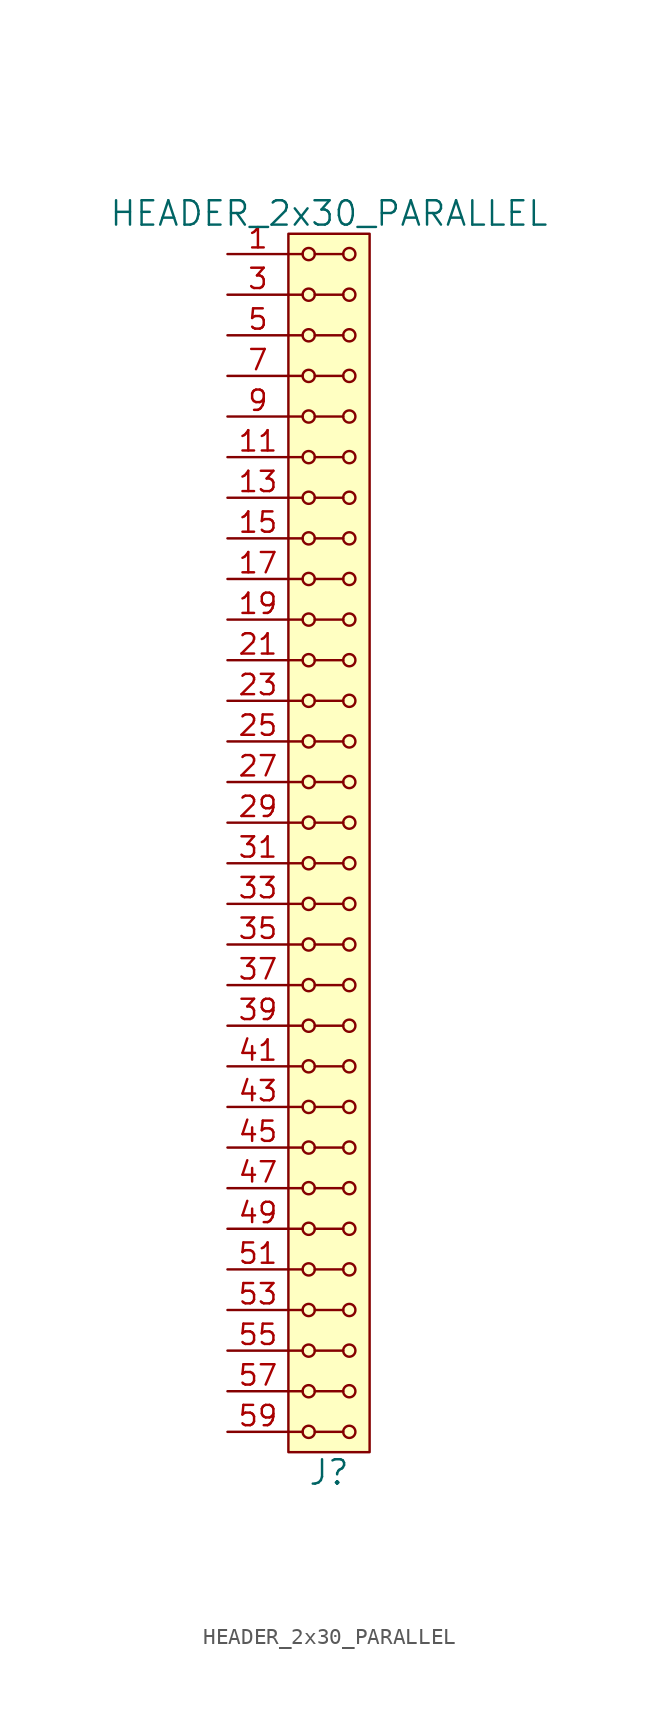
<source format=kicad_sym>
(kicad_symbol_lib
  (version 20211014)
  (generator kicad_symbol_editor)
  (symbol "HEADER_2x30_PARALLEL"
    (pin_names
      (offset 1.016))
    (property "Reference" "J"
      (at 0 -39.37 0)
      (effects (font (size 1.524 1.524))))
    (property "Value" "HEADER_2x30_PARALLEL"
      (at 0 39.37 0)
      (effects (font (size 1.524 1.524))))
    (property "Footprint" ""
      (at 0 36.83 0)
      (effects (font (size 1.524 1.524))))
    (property "Datasheet" ""
      (at 0 36.83 0)
      (effects (font (size 1.524 1.524))))
    (symbol "HEADER_2x30_PARALLEL_0_1"
      (rectangle (start -2.54 38.1) (end 2.54 -38.1) (stroke (width 0) (type default) (color 0 0 0 0)) (fill (type background)))
      (circle (center -1.27 -36.83) (radius 0.381) (stroke (width 0) (type default) (color 0 0 0 0)) (fill (type none)))
      (circle (center -1.27 -34.29) (radius 0.381) (stroke (width 0) (type default) (color 0 0 0 0)) (fill (type none)))
      (circle (center -1.27 -31.75) (radius 0.381) (stroke (width 0) (type default) (color 0 0 0 0)) (fill (type none)))
      (circle (center -1.27 -29.21) (radius 0.381) (stroke (width 0) (type default) (color 0 0 0 0)) (fill (type none)))
      (circle (center -1.27 -26.67) (radius 0.381) (stroke (width 0) (type default) (color 0 0 0 0)) (fill (type none)))
      (circle (center -1.27 -24.13) (radius 0.381) (stroke (width 0) (type default) (color 0 0 0 0)) (fill (type none)))
      (circle (center -1.27 -21.59) (radius 0.381) (stroke (width 0) (type default) (color 0 0 0 0)) (fill (type none)))
      (circle (center -1.27 -19.05) (radius 0.381) (stroke (width 0) (type default) (color 0 0 0 0)) (fill (type none)))
      (circle (center -1.27 -16.51) (radius 0.381) (stroke (width 0) (type default) (color 0 0 0 0)) (fill (type none)))
      (circle (center -1.27 -13.97) (radius 0.381) (stroke (width 0) (type default) (color 0 0 0 0)) (fill (type none)))
      (circle (center -1.27 -11.43) (radius 0.381) (stroke (width 0) (type default) (color 0 0 0 0)) (fill (type none)))
      (circle (center -1.27 -8.89) (radius 0.381) (stroke (width 0) (type default) (color 0 0 0 0)) (fill (type none)))
      (circle (center -1.27 -6.35) (radius 0.381) (stroke (width 0) (type default) (color 0 0 0 0)) (fill (type none)))
      (circle (center -1.27 -3.81) (radius 0.381) (stroke (width 0) (type default) (color 0 0 0 0)) (fill (type none)))
      (circle (center -1.27 -1.27) (radius 0.381) (stroke (width 0) (type default) (color 0 0 0 0)) (fill (type none)))
      (circle (center -1.27 1.27) (radius 0.381) (stroke (width 0) (type default) (color 0 0 0 0)) (fill (type none)))
      (circle (center -1.27 3.81) (radius 0.381) (stroke (width 0) (type default) (color 0 0 0 0)) (fill (type none)))
      (circle (center -1.27 6.35) (radius 0.381) (stroke (width 0) (type default) (color 0 0 0 0)) (fill (type none)))
      (circle (center -1.27 8.89) (radius 0.381) (stroke (width 0) (type default) (color 0 0 0 0)) (fill (type none)))
      (circle (center -1.27 11.43) (radius 0.381) (stroke (width 0) (type default) (color 0 0 0 0)) (fill (type none)))
      (circle (center -1.27 13.97) (radius 0.381) (stroke (width 0) (type default) (color 0 0 0 0)) (fill (type none)))
      (circle (center -1.27 16.51) (radius 0.381) (stroke (width 0) (type default) (color 0 0 0 0)) (fill (type none)))
      (circle (center -1.27 19.05) (radius 0.381) (stroke (width 0) (type default) (color 0 0 0 0)) (fill (type none)))
      (circle (center -1.27 21.59) (radius 0.381) (stroke (width 0) (type default) (color 0 0 0 0)) (fill (type none)))
      (circle (center -1.27 24.13) (radius 0.381) (stroke (width 0) (type default) (color 0 0 0 0)) (fill (type none)))
      (circle (center -1.27 26.67) (radius 0.381) (stroke (width 0) (type default) (color 0 0 0 0)) (fill (type none)))
      (circle (center -1.27 29.21) (radius 0.381) (stroke (width 0) (type default) (color 0 0 0 0)) (fill (type none)))
      (circle (center -1.27 31.75) (radius 0.381) (stroke (width 0) (type default) (color 0 0 0 0)) (fill (type none)))
      (circle (center -1.27 34.29) (radius 0.381) (stroke (width 0) (type default) (color 0 0 0 0)) (fill (type none)))
      (circle (center -1.27 36.83) (radius 0.381) (stroke (width 0) (type default) (color 0 0 0 0)) (fill (type none)))
      (polyline (pts (xy -1.651 -36.83) (xy -2.54 -36.83)) (stroke (width 0) (type default) (color 0 0 0 0)) (fill (type none)))
      (polyline (pts (xy -1.651 -34.29) (xy -2.54 -34.29)) (stroke (width 0) (type default) (color 0 0 0 0)) (fill (type none)))
      (polyline (pts (xy -1.651 -31.75) (xy -2.54 -31.75)) (stroke (width 0) (type default) (color 0 0 0 0)) (fill (type none)))
      (polyline (pts (xy -1.651 -29.21) (xy -2.54 -29.21)) (stroke (width 0) (type default) (color 0 0 0 0)) (fill (type none)))
      (polyline (pts (xy -1.651 -26.67) (xy -2.54 -26.67)) (stroke (width 0) (type default) (color 0 0 0 0)) (fill (type none)))
      (polyline (pts (xy -1.651 -24.13) (xy -2.54 -24.13)) (stroke (width 0) (type default) (color 0 0 0 0)) (fill (type none)))
      (polyline (pts (xy -1.651 -21.59) (xy -2.54 -21.59)) (stroke (width 0) (type default) (color 0 0 0 0)) (fill (type none)))
      (polyline (pts (xy -1.651 -19.05) (xy -2.54 -19.05)) (stroke (width 0) (type default) (color 0 0 0 0)) (fill (type none)))
      (polyline (pts (xy -1.651 -16.51) (xy -2.54 -16.51)) (stroke (width 0) (type default) (color 0 0 0 0)) (fill (type none)))
      (polyline (pts (xy -1.651 -13.97) (xy -2.54 -13.97)) (stroke (width 0) (type default) (color 0 0 0 0)) (fill (type none)))
      (polyline (pts (xy -1.651 -11.43) (xy -2.54 -11.43)) (stroke (width 0) (type default) (color 0 0 0 0)) (fill (type none)))
      (polyline (pts (xy -1.651 -8.89) (xy -2.54 -8.89)) (stroke (width 0) (type default) (color 0 0 0 0)) (fill (type none)))
      (polyline (pts (xy -1.651 -6.35) (xy -2.54 -6.35)) (stroke (width 0) (type default) (color 0 0 0 0)) (fill (type none)))
      (polyline (pts (xy -1.651 -3.81) (xy -2.54 -3.81)) (stroke (width 0) (type default) (color 0 0 0 0)) (fill (type none)))
      (polyline (pts (xy -1.651 -1.27) (xy -2.54 -1.27)) (stroke (width 0) (type default) (color 0 0 0 0)) (fill (type none)))
      (polyline (pts (xy -1.651 1.27) (xy -2.54 1.27)) (stroke (width 0) (type default) (color 0 0 0 0)) (fill (type none)))
      (polyline (pts (xy -1.651 3.81) (xy -2.54 3.81)) (stroke (width 0) (type default) (color 0 0 0 0)) (fill (type none)))
      (polyline (pts (xy -1.651 6.35) (xy -2.54 6.35)) (stroke (width 0) (type default) (color 0 0 0 0)) (fill (type none)))
      (polyline (pts (xy -1.651 8.89) (xy -2.54 8.89)) (stroke (width 0) (type default) (color 0 0 0 0)) (fill (type none)))
      (polyline (pts (xy -1.651 11.43) (xy -2.54 11.43)) (stroke (width 0) (type default) (color 0 0 0 0)) (fill (type none)))
      (polyline (pts (xy -1.651 13.97) (xy -2.54 13.97)) (stroke (width 0) (type default) (color 0 0 0 0)) (fill (type none)))
      (polyline (pts (xy -1.651 16.51) (xy -2.54 16.51)) (stroke (width 0) (type default) (color 0 0 0 0)) (fill (type none)))
      (polyline (pts (xy -1.651 19.05) (xy -2.54 19.05)) (stroke (width 0) (type default) (color 0 0 0 0)) (fill (type none)))
      (polyline (pts (xy -1.651 21.59) (xy -2.54 21.59)) (stroke (width 0) (type default) (color 0 0 0 0)) (fill (type none)))
      (polyline (pts (xy -1.651 24.13) (xy -2.54 24.13)) (stroke (width 0) (type default) (color 0 0 0 0)) (fill (type none)))
      (polyline (pts (xy -1.651 26.67) (xy -2.54 26.67)) (stroke (width 0) (type default) (color 0 0 0 0)) (fill (type none)))
      (polyline (pts (xy -1.651 29.21) (xy -2.54 29.21)) (stroke (width 0) (type default) (color 0 0 0 0)) (fill (type none)))
      (polyline (pts (xy -1.651 31.75) (xy -2.54 31.75)) (stroke (width 0) (type default) (color 0 0 0 0)) (fill (type none)))
      (polyline (pts (xy -1.651 34.29) (xy -2.54 34.29)) (stroke (width 0) (type default) (color 0 0 0 0)) (fill (type none)))
      (polyline (pts (xy -1.651 36.83) (xy -2.54 36.83)) (stroke (width 0) (type default) (color 0 0 0 0)) (fill (type none)))
      (polyline (pts (xy -0.889 -36.83) (xy 0.889 -36.83)) (stroke (width 0) (type default) (color 0 0 0 0)) (fill (type none)))
      (polyline (pts (xy -0.889 -34.29) (xy 0.889 -34.29)) (stroke (width 0) (type default) (color 0 0 0 0)) (fill (type none)))
      (polyline (pts (xy -0.889 -31.75) (xy 0.889 -31.75)) (stroke (width 0) (type default) (color 0 0 0 0)) (fill (type none)))
      (polyline (pts (xy -0.889 -29.21) (xy 0.889 -29.21)) (stroke (width 0) (type default) (color 0 0 0 0)) (fill (type none)))
      (polyline (pts (xy -0.889 -26.67) (xy 0.889 -26.67)) (stroke (width 0) (type default) (color 0 0 0 0)) (fill (type none)))
      (polyline (pts (xy -0.889 -24.13) (xy 0.889 -24.13)) (stroke (width 0) (type default) (color 0 0 0 0)) (fill (type none)))
      (polyline (pts (xy -0.889 -21.59) (xy 0.889 -21.59)) (stroke (width 0) (type default) (color 0 0 0 0)) (fill (type none)))
      (polyline (pts (xy -0.889 -19.05) (xy 0.889 -19.05)) (stroke (width 0) (type default) (color 0 0 0 0)) (fill (type none)))
      (polyline (pts (xy -0.889 -16.51) (xy 0.889 -16.51)) (stroke (width 0) (type default) (color 0 0 0 0)) (fill (type none)))
      (polyline (pts (xy -0.889 -13.97) (xy 0.889 -13.97)) (stroke (width 0) (type default) (color 0 0 0 0)) (fill (type none)))
      (polyline (pts (xy -0.889 -11.43) (xy 0.889 -11.43)) (stroke (width 0) (type default) (color 0 0 0 0)) (fill (type none)))
      (polyline (pts (xy -0.889 -8.89) (xy 0.889 -8.89)) (stroke (width 0) (type default) (color 0 0 0 0)) (fill (type none)))
      (polyline (pts (xy -0.889 -6.35) (xy 0.889 -6.35)) (stroke (width 0) (type default) (color 0 0 0 0)) (fill (type none)))
      (polyline (pts (xy -0.889 -3.81) (xy 0.889 -3.81)) (stroke (width 0) (type default) (color 0 0 0 0)) (fill (type none)))
      (polyline (pts (xy -0.889 -1.27) (xy 0.889 -1.27)) (stroke (width 0) (type default) (color 0 0 0 0)) (fill (type none)))
      (polyline (pts (xy -0.889 1.27) (xy 0.889 1.27)) (stroke (width 0) (type default) (color 0 0 0 0)) (fill (type none)))
      (polyline (pts (xy -0.889 3.81) (xy 0.889 3.81)) (stroke (width 0) (type default) (color 0 0 0 0)) (fill (type none)))
      (polyline (pts (xy -0.889 6.35) (xy 0.889 6.35)) (stroke (width 0) (type default) (color 0 0 0 0)) (fill (type none)))
      (polyline (pts (xy -0.889 8.89) (xy 0.889 8.89)) (stroke (width 0) (type default) (color 0 0 0 0)) (fill (type none)))
      (polyline (pts (xy -0.889 11.43) (xy 0.889 11.43)) (stroke (width 0) (type default) (color 0 0 0 0)) (fill (type none)))
      (polyline (pts (xy -0.889 13.97) (xy 0.889 13.97)) (stroke (width 0) (type default) (color 0 0 0 0)) (fill (type none)))
      (polyline (pts (xy -0.889 16.51) (xy 0.889 16.51)) (stroke (width 0) (type default) (color 0 0 0 0)) (fill (type none)))
      (polyline (pts (xy -0.889 19.05) (xy 0.889 19.05)) (stroke (width 0) (type default) (color 0 0 0 0)) (fill (type none)))
      (polyline (pts (xy -0.889 21.59) (xy 0.889 21.59)) (stroke (width 0) (type default) (color 0 0 0 0)) (fill (type none)))
      (polyline (pts (xy -0.889 24.13) (xy 0.889 24.13)) (stroke (width 0) (type default) (color 0 0 0 0)) (fill (type none)))
      (polyline (pts (xy -0.889 26.67) (xy 0.889 26.67)) (stroke (width 0) (type default) (color 0 0 0 0)) (fill (type none)))
      (polyline (pts (xy -0.889 29.21) (xy 0.889 29.21)) (stroke (width 0) (type default) (color 0 0 0 0)) (fill (type none)))
      (polyline (pts (xy -0.889 31.75) (xy 0.889 31.75)) (stroke (width 0) (type default) (color 0 0 0 0)) (fill (type none)))
      (polyline (pts (xy -0.889 34.29) (xy 0.889 34.29)) (stroke (width 0) (type default) (color 0 0 0 0)) (fill (type none)))
      (polyline (pts (xy -0.889 36.83) (xy 0.889 36.83)) (stroke (width 0) (type default) (color 0 0 0 0)) (fill (type none)))
      (circle (center 1.27 -36.83) (radius 0.381) (stroke (width 0) (type default) (color 0 0 0 0)) (fill (type none)))
      (circle (center 1.27 -34.29) (radius 0.381) (stroke (width 0) (type default) (color 0 0 0 0)) (fill (type none)))
      (circle (center 1.27 -31.75) (radius 0.381) (stroke (width 0) (type default) (color 0 0 0 0)) (fill (type none)))
      (circle (center 1.27 -29.21) (radius 0.381) (stroke (width 0) (type default) (color 0 0 0 0)) (fill (type none)))
      (circle (center 1.27 -26.67) (radius 0.381) (stroke (width 0) (type default) (color 0 0 0 0)) (fill (type none)))
      (circle (center 1.27 -24.13) (radius 0.381) (stroke (width 0) (type default) (color 0 0 0 0)) (fill (type none)))
      (circle (center 1.27 -21.59) (radius 0.381) (stroke (width 0) (type default) (color 0 0 0 0)) (fill (type none)))
      (circle (center 1.27 -19.05) (radius 0.381) (stroke (width 0) (type default) (color 0 0 0 0)) (fill (type none)))
      (circle (center 1.27 -16.51) (radius 0.381) (stroke (width 0) (type default) (color 0 0 0 0)) (fill (type none)))
      (circle (center 1.27 -13.97) (radius 0.381) (stroke (width 0) (type default) (color 0 0 0 0)) (fill (type none)))
      (circle (center 1.27 -11.43) (radius 0.381) (stroke (width 0) (type default) (color 0 0 0 0)) (fill (type none)))
      (circle (center 1.27 -8.89) (radius 0.381) (stroke (width 0) (type default) (color 0 0 0 0)) (fill (type none)))
      (circle (center 1.27 -6.35) (radius 0.381) (stroke (width 0) (type default) (color 0 0 0 0)) (fill (type none)))
      (circle (center 1.27 -3.81) (radius 0.381) (stroke (width 0) (type default) (color 0 0 0 0)) (fill (type none)))
      (circle (center 1.27 -1.27) (radius 0.381) (stroke (width 0) (type default) (color 0 0 0 0)) (fill (type none)))
      (circle (center 1.27 1.27) (radius 0.381) (stroke (width 0) (type default) (color 0 0 0 0)) (fill (type none)))
      (circle (center 1.27 3.81) (radius 0.381) (stroke (width 0) (type default) (color 0 0 0 0)) (fill (type none)))
      (circle (center 1.27 6.35) (radius 0.381) (stroke (width 0) (type default) (color 0 0 0 0)) (fill (type none)))
      (circle (center 1.27 8.89) (radius 0.381) (stroke (width 0) (type default) (color 0 0 0 0)) (fill (type none)))
      (circle (center 1.27 11.43) (radius 0.381) (stroke (width 0) (type default) (color 0 0 0 0)) (fill (type none)))
      (circle (center 1.27 13.97) (radius 0.381) (stroke (width 0) (type default) (color 0 0 0 0)) (fill (type none)))
      (circle (center 1.27 16.51) (radius 0.381) (stroke (width 0) (type default) (color 0 0 0 0)) (fill (type none)))
      (circle (center 1.27 19.05) (radius 0.381) (stroke (width 0) (type default) (color 0 0 0 0)) (fill (type none)))
      (circle (center 1.27 21.59) (radius 0.381) (stroke (width 0) (type default) (color 0 0 0 0)) (fill (type none)))
      (circle (center 1.27 24.13) (radius 0.381) (stroke (width 0) (type default) (color 0 0 0 0)) (fill (type none)))
      (circle (center 1.27 26.67) (radius 0.381) (stroke (width 0) (type default) (color 0 0 0 0)) (fill (type none)))
      (circle (center 1.27 29.21) (radius 0.381) (stroke (width 0) (type default) (color 0 0 0 0)) (fill (type none)))
      (circle (center 1.27 31.75) (radius 0.381) (stroke (width 0) (type default) (color 0 0 0 0)) (fill (type none)))
      (circle (center 1.27 34.29) (radius 0.381) (stroke (width 0) (type default) (color 0 0 0 0)) (fill (type none)))
      (circle (center 1.27 36.83) (radius 0.381) (stroke (width 0) (type default) (color 0 0 0 0)) (fill (type none))))
    (symbol "HEADER_2x30_PARALLEL_1_1"
      (pin input line (at -6.35 36.83 0) (length 3.81) (name "~" (effects (font (size 1.27 1.27)))) (number "1" (effects (font (size 1.27 1.27)))))
      (pin input line (at -6.35 26.67 0) (length 3.81) hide (name "~" (effects (font (size 1.27 1.27)))) (number "10" (effects (font (size 1.27 1.27)))))
      (pin input line (at -6.35 24.13 0) (length 3.81) (name "~" (effects (font (size 1.27 1.27)))) (number "11" (effects (font (size 1.27 1.27)))))
      (pin input line (at -6.35 24.13 0) (length 3.81) hide (name "~" (effects (font (size 1.27 1.27)))) (number "12" (effects (font (size 1.27 1.27)))))
      (pin input line (at -6.35 21.59 0) (length 3.81) (name "~" (effects (font (size 1.27 1.27)))) (number "13" (effects (font (size 1.27 1.27)))))
      (pin input line (at -6.35 21.59 0) (length 3.81) hide (name "~" (effects (font (size 1.27 1.27)))) (number "14" (effects (font (size 1.27 1.27)))))
      (pin input line (at -6.35 19.05 0) (length 3.81) (name "~" (effects (font (size 1.27 1.27)))) (number "15" (effects (font (size 1.27 1.27)))))
      (pin input line (at -6.35 19.05 0) (length 3.81) hide (name "~" (effects (font (size 1.27 1.27)))) (number "16" (effects (font (size 1.27 1.27)))))
      (pin input line (at -6.35 16.51 0) (length 3.81) (name "~" (effects (font (size 1.27 1.27)))) (number "17" (effects (font (size 1.27 1.27)))))
      (pin input line (at -6.35 16.51 0) (length 3.81) hide (name "~" (effects (font (size 1.27 1.27)))) (number "18" (effects (font (size 1.27 1.27)))))
      (pin input line (at -6.35 13.97 0) (length 3.81) (name "~" (effects (font (size 1.27 1.27)))) (number "19" (effects (font (size 1.27 1.27)))))
      (pin input line (at -6.35 36.83 0) (length 3.81) hide (name "~" (effects (font (size 1.27 1.27)))) (number "2" (effects (font (size 1.27 1.27)))))
      (pin input line (at -6.35 13.97 0) (length 3.81) hide (name "~" (effects (font (size 1.27 1.27)))) (number "20" (effects (font (size 1.27 1.27)))))
      (pin input line (at -6.35 11.43 0) (length 3.81) (name "~" (effects (font (size 1.27 1.27)))) (number "21" (effects (font (size 1.27 1.27)))))
      (pin input line (at -6.35 11.43 0) (length 3.81) hide (name "~" (effects (font (size 1.27 1.27)))) (number "22" (effects (font (size 1.27 1.27)))))
      (pin input line (at -6.35 8.89 0) (length 3.81) (name "~" (effects (font (size 1.27 1.27)))) (number "23" (effects (font (size 1.27 1.27)))))
      (pin input line (at -6.35 8.89 0) (length 3.81) hide (name "~" (effects (font (size 1.27 1.27)))) (number "24" (effects (font (size 1.27 1.27)))))
      (pin input line (at -6.35 6.35 0) (length 3.81) (name "~" (effects (font (size 1.27 1.27)))) (number "25" (effects (font (size 1.27 1.27)))))
      (pin input line (at -6.35 6.35 0) (length 3.81) hide (name "~" (effects (font (size 1.27 1.27)))) (number "26" (effects (font (size 1.27 1.27)))))
      (pin input line (at -6.35 3.81 0) (length 3.81) (name "~" (effects (font (size 1.27 1.27)))) (number "27" (effects (font (size 1.27 1.27)))))
      (pin input line (at -6.35 3.81 0) (length 3.81) hide (name "~" (effects (font (size 1.27 1.27)))) (number "28" (effects (font (size 1.27 1.27)))))
      (pin input line (at -6.35 1.27 0) (length 3.81) (name "~" (effects (font (size 1.27 1.27)))) (number "29" (effects (font (size 1.27 1.27)))))
      (pin input line (at -6.35 34.29 0) (length 3.81) (name "~" (effects (font (size 1.27 1.27)))) (number "3" (effects (font (size 1.27 1.27)))))
      (pin input line (at -6.35 1.27 0) (length 3.81) hide (name "~" (effects (font (size 1.27 1.27)))) (number "30" (effects (font (size 1.27 1.27)))))
      (pin input line (at -6.35 -1.27 0) (length 3.81) (name "~" (effects (font (size 1.27 1.27)))) (number "31" (effects (font (size 1.27 1.27)))))
      (pin input line (at -6.35 -1.27 0) (length 3.81) hide (name "~" (effects (font (size 1.27 1.27)))) (number "32" (effects (font (size 1.27 1.27)))))
      (pin input line (at -6.35 -3.81 0) (length 3.81) (name "~" (effects (font (size 1.27 1.27)))) (number "33" (effects (font (size 1.27 1.27)))))
      (pin input line (at -6.35 -3.81 0) (length 3.81) hide (name "~" (effects (font (size 1.27 1.27)))) (number "34" (effects (font (size 1.27 1.27)))))
      (pin input line (at -6.35 -6.35 0) (length 3.81) (name "~" (effects (font (size 1.27 1.27)))) (number "35" (effects (font (size 1.27 1.27)))))
      (pin input line (at -6.35 -6.35 0) (length 3.81) hide (name "~" (effects (font (size 1.27 1.27)))) (number "36" (effects (font (size 1.27 1.27)))))
      (pin input line (at -6.35 -8.89 0) (length 3.81) (name "~" (effects (font (size 1.27 1.27)))) (number "37" (effects (font (size 1.27 1.27)))))
      (pin input line (at -6.35 -8.89 0) (length 3.81) hide (name "~" (effects (font (size 1.27 1.27)))) (number "38" (effects (font (size 1.27 1.27)))))
      (pin input line (at -6.35 -11.43 0) (length 3.81) (name "~" (effects (font (size 1.27 1.27)))) (number "39" (effects (font (size 1.27 1.27)))))
      (pin input line (at -6.35 34.29 0) (length 3.81) hide (name "~" (effects (font (size 1.27 1.27)))) (number "4" (effects (font (size 1.27 1.27)))))
      (pin input line (at -6.35 -11.43 0) (length 3.81) hide (name "~" (effects (font (size 1.27 1.27)))) (number "40" (effects (font (size 1.27 1.27)))))
      (pin input line (at -6.35 -13.97 0) (length 3.81) (name "~" (effects (font (size 1.27 1.27)))) (number "41" (effects (font (size 1.27 1.27)))))
      (pin input line (at -6.35 -13.97 0) (length 3.81) hide (name "~" (effects (font (size 1.27 1.27)))) (number "42" (effects (font (size 1.27 1.27)))))
      (pin input line (at -6.35 -16.51 0) (length 3.81) (name "~" (effects (font (size 1.27 1.27)))) (number "43" (effects (font (size 1.27 1.27)))))
      (pin input line (at -6.35 -16.51 0) (length 3.81) hide (name "~" (effects (font (size 1.27 1.27)))) (number "44" (effects (font (size 1.27 1.27)))))
      (pin input line (at -6.35 -19.05 0) (length 3.81) (name "~" (effects (font (size 1.27 1.27)))) (number "45" (effects (font (size 1.27 1.27)))))
      (pin input line (at -6.35 -19.05 0) (length 3.81) hide (name "~" (effects (font (size 1.27 1.27)))) (number "46" (effects (font (size 1.27 1.27)))))
      (pin input line (at -6.35 -21.59 0) (length 3.81) (name "~" (effects (font (size 1.27 1.27)))) (number "47" (effects (font (size 1.27 1.27)))))
      (pin input line (at -6.35 -21.59 0) (length 3.81) hide (name "~" (effects (font (size 1.27 1.27)))) (number "48" (effects (font (size 1.27 1.27)))))
      (pin input line (at -6.35 -24.13 0) (length 3.81) (name "~" (effects (font (size 1.27 1.27)))) (number "49" (effects (font (size 1.27 1.27)))))
      (pin input line (at -6.35 31.75 0) (length 3.81) (name "~" (effects (font (size 1.27 1.27)))) (number "5" (effects (font (size 1.27 1.27)))))
      (pin input line (at -6.35 -24.13 0) (length 3.81) hide (name "~" (effects (font (size 1.27 1.27)))) (number "50" (effects (font (size 1.27 1.27)))))
      (pin input line (at -6.35 -26.67 0) (length 3.81) (name "~" (effects (font (size 1.27 1.27)))) (number "51" (effects (font (size 1.27 1.27)))))
      (pin input line (at -6.35 -26.67 0) (length 3.81) hide (name "~" (effects (font (size 1.27 1.27)))) (number "52" (effects (font (size 1.27 1.27)))))
      (pin input line (at -6.35 -29.21 0) (length 3.81) (name "~" (effects (font (size 1.27 1.27)))) (number "53" (effects (font (size 1.27 1.27)))))
      (pin input line (at -6.35 -29.21 0) (length 3.81) hide (name "~" (effects (font (size 1.27 1.27)))) (number "54" (effects (font (size 1.27 1.27)))))
      (pin input line (at -6.35 -31.75 0) (length 3.81) (name "~" (effects (font (size 1.27 1.27)))) (number "55" (effects (font (size 1.27 1.27)))))
      (pin input line (at -6.35 -31.75 0) (length 3.81) hide (name "~" (effects (font (size 1.27 1.27)))) (number "56" (effects (font (size 1.27 1.27)))))
      (pin input line (at -6.35 -34.29 0) (length 3.81) (name "~" (effects (font (size 1.27 1.27)))) (number "57" (effects (font (size 1.27 1.27)))))
      (pin input line (at -6.35 -34.29 0) (length 3.81) hide (name "~" (effects (font (size 1.27 1.27)))) (number "58" (effects (font (size 1.27 1.27)))))
      (pin input line (at -6.35 -36.83 0) (length 3.81) (name "~" (effects (font (size 1.27 1.27)))) (number "59" (effects (font (size 1.27 1.27)))))
      (pin input line (at -6.35 31.75 0) (length 3.81) hide (name "~" (effects (font (size 1.27 1.27)))) (number "6" (effects (font (size 1.27 1.27)))))
      (pin input line (at -6.35 -36.83 0) (length 3.81) hide (name "~" (effects (font (size 1.27 1.27)))) (number "60" (effects (font (size 1.27 1.27)))))
      (pin input line (at -6.35 29.21 0) (length 3.81) (name "~" (effects (font (size 1.27 1.27)))) (number "7" (effects (font (size 1.27 1.27)))))
      (pin input line (at -6.35 29.21 0) (length 3.81) hide (name "~" (effects (font (size 1.27 1.27)))) (number "8" (effects (font (size 1.27 1.27)))))
      (pin input line (at -6.35 26.67 0) (length 3.81) (name "~" (effects (font (size 1.27 1.27)))) (number "9" (effects (font (size 1.27 1.27))))))))
</source>
